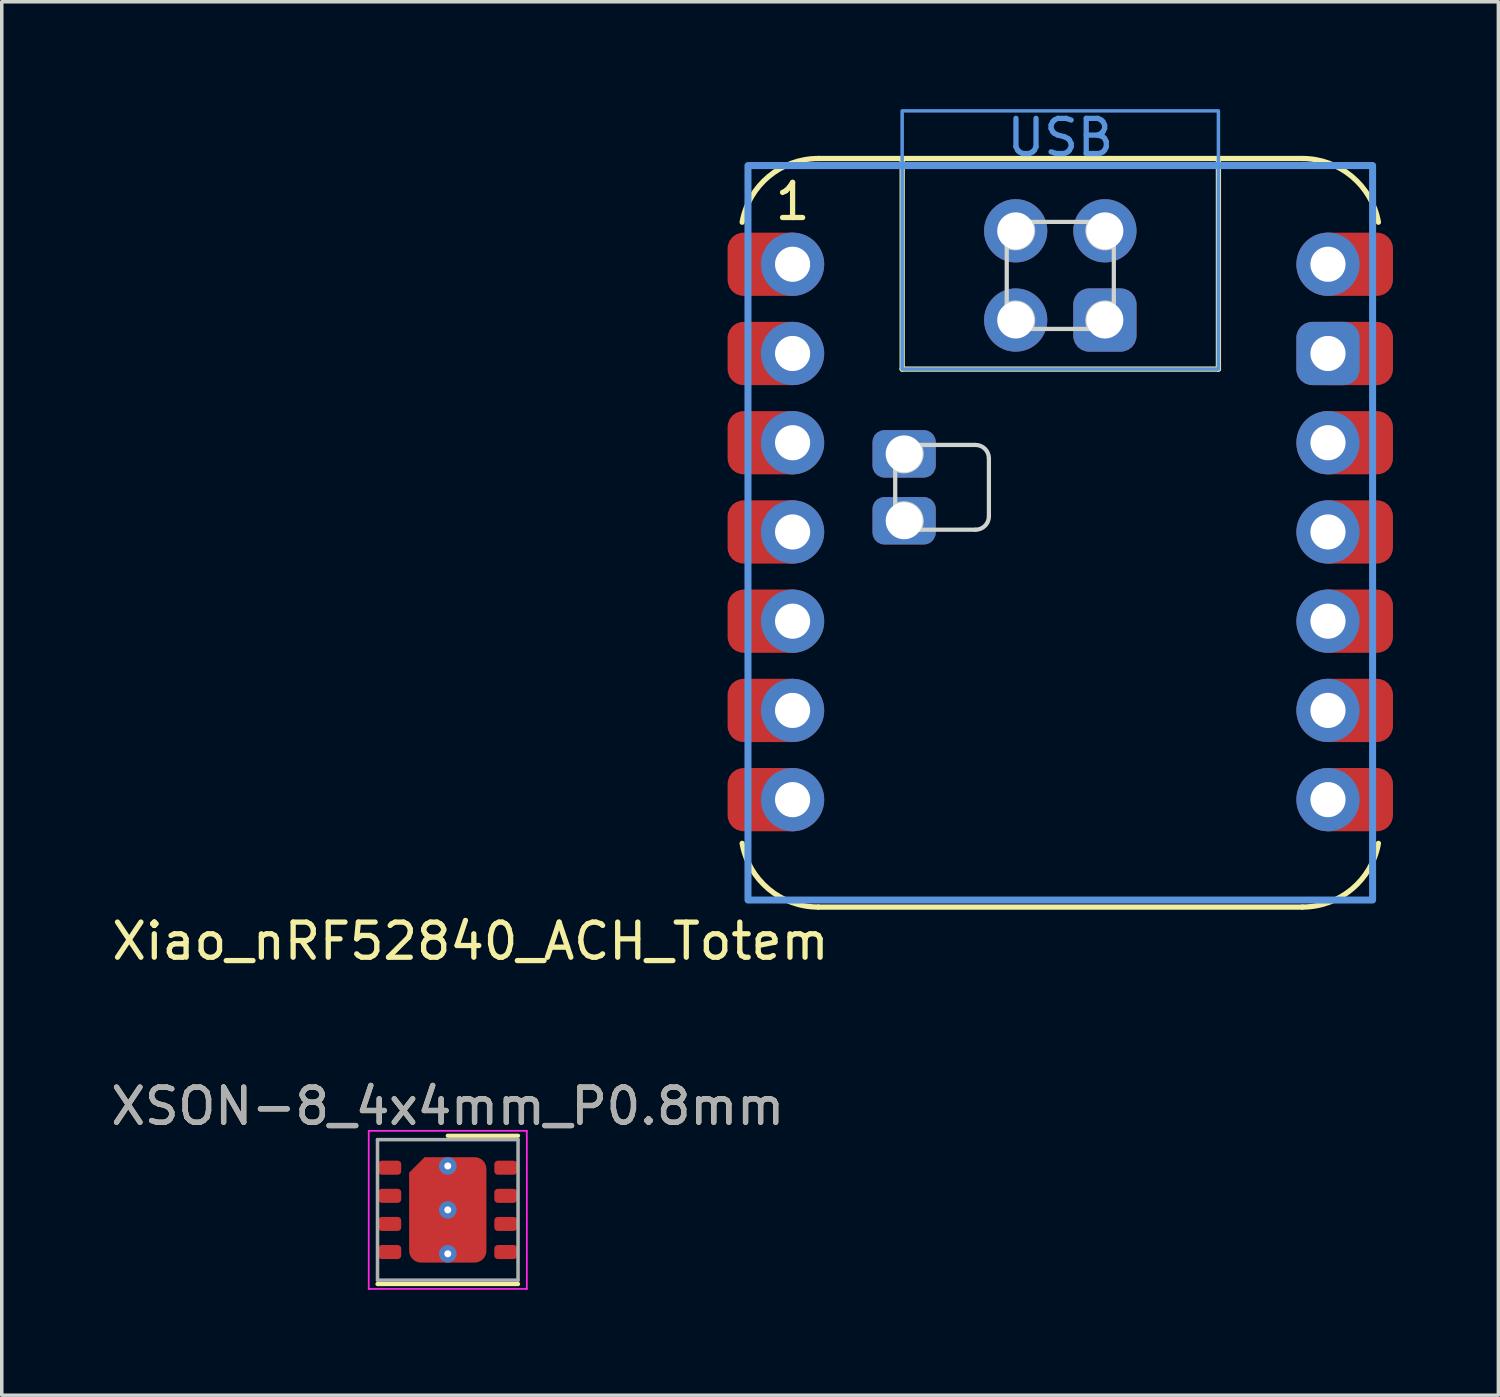
<source format=kicad_pcb>
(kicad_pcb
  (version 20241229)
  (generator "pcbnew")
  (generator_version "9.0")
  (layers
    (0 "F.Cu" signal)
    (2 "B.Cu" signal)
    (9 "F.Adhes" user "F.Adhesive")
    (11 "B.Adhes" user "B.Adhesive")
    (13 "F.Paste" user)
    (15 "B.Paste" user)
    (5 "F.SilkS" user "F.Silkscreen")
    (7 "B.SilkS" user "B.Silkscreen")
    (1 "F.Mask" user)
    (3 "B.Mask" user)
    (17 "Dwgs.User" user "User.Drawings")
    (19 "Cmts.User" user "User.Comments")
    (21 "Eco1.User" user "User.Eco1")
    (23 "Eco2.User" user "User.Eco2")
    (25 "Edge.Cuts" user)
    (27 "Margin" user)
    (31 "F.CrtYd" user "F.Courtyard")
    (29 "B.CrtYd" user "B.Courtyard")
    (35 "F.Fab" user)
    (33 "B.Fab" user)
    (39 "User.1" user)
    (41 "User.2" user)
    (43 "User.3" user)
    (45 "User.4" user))
  (footprint "XSON-8_4x4mm_P0.8mm"
    (layer "F.Cu")
    (at 9.696 31.389)
    (property "Reference" "XSON-8_4x4mm_P0.8mm" (at 0 -2.95 0) (layer "F.SilkS") (effects (font (size 1 1) (thickness 0.15))))
    (attr smd)
    (fp_line (start -2 2.11) (end 2 2.11) (stroke (width 0.12) (type solid)) (layer "F.SilkS"))
    (fp_line (start 0 -2.11) (end 2 -2.11) (stroke (width 0.12) (type solid)) (layer "F.SilkS"))
    (fp_line (start -2.25 -2.25) (end -2.25 2.25) (stroke (width 0.05) (type solid)) (layer "F.CrtYd"))
    (fp_line (start -2.25 2.25) (end 2.25 2.25) (stroke (width 0.05) (type solid)) (layer "F.CrtYd"))
    (fp_line (start 2.25 -2.25) (end -2.25 -2.25) (stroke (width 0.05) (type solid)) (layer "F.CrtYd"))
    (fp_line (start 2.25 2.25) (end 2.25 -2.25) (stroke (width 0.05) (type solid)) (layer "F.CrtYd"))
    (fp_line (start -2 -2) (end 2 -2) (stroke (width 0.1) (type solid)) (layer "F.Fab"))
    (fp_line (start -2 2) (end -2 -2) (stroke (width 0.1) (type solid)) (layer "F.Fab"))
    (fp_line (start 2 -2) (end 2 2) (stroke (width 0.1) (type solid)) (layer "F.Fab"))
    (fp_line (start 2 2) (end -2 2) (stroke (width 0.1) (type solid)) (layer "F.Fab"))
    (fp_text user "${REFERENCE}" (at 0 -2.95 0) (layer "F.Fab") (effects (font (size 1 1) (thickness 0.15))))
    (pad "" smd roundrect (at -0.55 -0.625) (size 0.887 1.008) (layers "F.Paste") (roundrect_rratio 0.25))
    (pad "" smd roundrect (at -0.55 0.625) (size 0.887 1.008) (layers "F.Paste") (roundrect_rratio 0.25))
    (pad "" smd roundrect (at 0.55 -0.625) (size 0.887 1.008) (layers "F.Paste") (roundrect_rratio 0.25))
    (pad "" smd roundrect (at 0.55 0.625) (size 0.887 1.008) (layers "F.Paste") (roundrect_rratio 0.25))
    (pad "1" smd roundrect (at -1.65 -1.2) (size 0.65 0.4) (layers "F.Cu" "F.Mask" "F.Paste") (roundrect_rratio 0.25))
    (pad "2" smd roundrect (at -1.65 -0.4) (size 0.65 0.4) (layers "F.Cu" "F.Mask" "F.Paste") (roundrect_rratio 0.25))
    (pad "3" smd roundrect (at -1.65 0.4) (size 0.65 0.4) (layers "F.Cu" "F.Mask" "F.Paste") (roundrect_rratio 0.25))
    (pad "4" smd roundrect (at -1.65 1.2) (size 0.65 0.4) (layers "F.Cu" "F.Mask" "F.Paste") (roundrect_rratio 0.25))
    (pad "5" smd roundrect (at 1.65 1.2) (size 0.65 0.4) (layers "F.Cu" "F.Mask" "F.Paste") (roundrect_rratio 0.25))
    (pad "6" smd roundrect (at 1.65 0.4) (size 0.65 0.4) (layers "F.Cu" "F.Mask" "F.Paste") (roundrect_rratio 0.25))
    (pad "7" smd roundrect (at 1.65 -0.4) (size 0.65 0.4) (layers "F.Cu" "F.Mask" "F.Paste") (roundrect_rratio 0.25))
    (pad "8" smd roundrect (at 1.65 -1.2) (size 0.65 0.4) (layers "F.Cu" "F.Mask" "F.Paste") (roundrect_rratio 0.25))
    (pad "9" thru_hole circle (at 0 -1.25) (size 0.5 0.5) (drill 0.2) (layers "*.Cu"))
    (pad "9" thru_hole circle (at 0 0) (size 0.5 0.5) (drill 0.2) (layers "*.Cu"))
    (pad "9" smd roundrect (at 0 0) (size 2.2 3) (layers "F.Cu" "F.Mask") (roundrect_rratio 0.15) (chamfer_ratio 0.2) (chamfer top_left))
    (pad "9" thru_hole circle (at 0 1.25) (size 0.5 0.5) (drill 0.2) (layers "*.Cu")))
  (footprint "Xiao_nRF52840_ACH_Totem"
    (layer "F.Cu")
    (at 27.131 12.092)
    (property "Reference" "Xiao_nRF52840_ACH_Totem" (at -6.5 11.65 0) (layer "F.SilkS") (effects (font (size 1 1) (thickness 0.15)) (justify right)))
    (attr through_hole exclude_from_pos_files exclude_from_bom)
    (fp_line (start -6.89 -10.63) (end 6.89 -10.63) (stroke (width 0.15) (type default)) (layer "F.SilkS"))
    (fp_line (start -4.501 -4.636) (end -4.501 -10.63) (stroke (width 0.15) (type default)) (layer "F.SilkS"))
    (fp_line (start 4.501 -4.636) (end -4.501 -4.636) (stroke (width 0.15) (type default)) (layer "F.SilkS"))
    (fp_line (start 4.501 -4.636) (end 4.501 -10.63) (stroke (width 0.15) (type default)) (layer "F.SilkS"))
    (fp_line (start 6.89 10.678) (end -6.89 10.678) (stroke (width 0.15) (type default)) (layer "F.SilkS"))
    (fp_arc (start -9.055742 -8.816738) (mid -8.302299 -10.116834) (end -6.890001 -10.63) (stroke (width 0.15) (type default)) (layer "F.SilkS"))
    (fp_arc (start -6.89 10.6775) (mid -8.302299 10.164335) (end -9.055742 8.864239) (stroke (width 0.15) (type default)) (layer "F.SilkS"))
    (fp_arc (start 6.889999 -10.63) (mid 8.302298 -10.116835) (end 9.05574 -8.816738) (stroke (width 0.15) (type default)) (layer "F.SilkS"))
    (fp_arc (start 9.05574 8.864238) (mid 8.302298 10.164335) (end 6.889999 10.6775) (stroke (width 0.15) (type default)) (layer "F.SilkS"))
    (fp_rect (start -8.89 -10.43) (end 8.89 10.477) (stroke (width 0.2) (type solid)) (fill no) (layer "Cmts.User"))
    (fp_rect (start -4.501 -11.986) (end 4.501 -4.636) (stroke (width 0.1) (type default)) (fill no) (layer "Cmts.User"))
    (fp_line (start -4.699 -0.749) (end -4.699 -1.791) (stroke (width 0.12) (type solid)) (layer "Edge.Cuts"))
    (fp_line (start -4.013 -2.477) (end -2.413 -2.477) (stroke (width 0.12) (type solid)) (layer "Edge.Cuts"))
    (fp_line (start -2.413 -0.064) (end -4.013 -0.064) (stroke (width 0.12) (type solid)) (layer "Edge.Cuts"))
    (fp_line (start -2.032 -2.095) (end -2.032 -0.445) (stroke (width 0.12) (type solid)) (layer "Edge.Cuts"))
    (fp_line (start -1.524 -6.464) (end -1.524 -8.141) (stroke (width 0.12) (type solid)) (layer "Edge.Cuts"))
    (fp_line (start -0.838 -8.826) (end 0.838 -8.826) (stroke (width 0.12) (type solid)) (layer "Edge.Cuts"))
    (fp_line (start -0.838 -5.779) (end 0.838 -5.779) (stroke (width 0.12) (type solid)) (layer "Edge.Cuts"))
    (fp_line (start 1.524 -6.464) (end 1.524 -8.141) (stroke (width 0.12) (type solid)) (layer "Edge.Cuts"))
    (fp_arc (start -4.699 -0.7493) (mid -4.095391 -0.667109) (end -4.0132 -0.0635) (stroke (width 0.12) (type solid)) (layer "Edge.Cuts"))
    (fp_arc (start -4.0132 -2.4765) (mid -4.095391 -1.872891) (end -4.699 -1.7907) (stroke (width 0.12) (type solid)) (layer "Edge.Cuts"))
    (fp_arc (start -2.413 -2.4765) (mid -2.143592 -2.364908) (end -2.032 -2.0955) (stroke (width 0.12) (type solid)) (layer "Edge.Cuts"))
    (fp_arc (start -2.032 -0.4445) (mid -2.143592 -0.175092) (end -2.413 -0.0635) (stroke (width 0.12) (type solid)) (layer "Edge.Cuts"))
    (fp_arc (start -1.524 -6.4643) (mid -0.920391 -6.382109) (end -0.8382 -5.7785) (stroke (width 0.12) (type solid)) (layer "Edge.Cuts"))
    (fp_arc (start -0.8382 -8.8265) (mid -0.920391 -8.222891) (end -1.524 -8.1407) (stroke (width 0.12) (type solid)) (layer "Edge.Cuts"))
    (fp_arc (start 0.8382 -5.7785) (mid 0.920393 -6.382112) (end 1.524 -6.4643) (stroke (width 0.12) (type solid)) (layer "Edge.Cuts"))
    (fp_arc (start 1.524 -8.1407) (mid 0.920396 -8.222896) (end 0.8382 -8.8265) (stroke (width 0.12) (type solid)) (layer "Edge.Cuts"))
    (fp_text user "1" (at -7.62 -8.82 0) (layer "F.SilkS") (effects (font (size 1 1) (thickness 0.15)) (justify bottom)))
    (fp_text user "USB" (at -0.000001 -10.643 0) (layer "Cmts.User") (effects (font (size 1 1) (thickness 0.15)) (justify bottom)))
    (pad "1" smd roundrect (at -8.32 -7.62) (size 2.3 1.8) (layers "F.Cu" "F.Mask") (roundrect_rratio 0.25))
    (pad "1" thru_hole circle (at -7.62 -7.62) (size 1.8 1.8) (drill 1) (layers "*.Cu" "*.Mask"))
    (pad "2" smd roundrect (at -8.32 -5.08) (size 2.3 1.8) (layers "F.Cu" "F.Mask") (roundrect_rratio 0.25))
    (pad "2" thru_hole circle (at -7.62 -5.08) (size 1.8 1.8) (drill 1) (layers "*.Cu" "*.Mask"))
    (pad "3" smd roundrect (at -8.32 -2.54) (size 2.3 1.8) (layers "F.Cu" "F.Mask") (roundrect_rratio 0.25))
    (pad "3" thru_hole circle (at -7.62 -2.54) (size 1.8 1.8) (drill 1) (layers "*.Cu" "*.Mask"))
    (pad "4" smd roundrect (at -8.32 0) (size 2.3 1.8) (layers "F.Cu" "F.Mask") (roundrect_rratio 0.25))
    (pad "4" thru_hole circle (at -7.62 0) (size 1.8 1.8) (drill 1) (layers "*.Cu" "*.Mask"))
    (pad "5" smd roundrect (at -8.32 2.54) (size 2.3 1.8) (layers "F.Cu" "F.Mask") (roundrect_rratio 0.25))
    (pad "5" thru_hole circle (at -7.62 2.54) (size 1.8 1.8) (drill 1) (layers "*.Cu" "*.Mask"))
    (pad "6" smd roundrect (at -8.32 5.08) (size 2.3 1.8) (layers "F.Cu" "F.Mask") (roundrect_rratio 0.25))
    (pad "6" thru_hole circle (at -7.62 5.08) (size 1.8 1.8) (drill 1) (layers "*.Cu" "*.Mask"))
    (pad "7" smd roundrect (at -8.32 7.62) (size 2.3 1.8) (layers "F.Cu" "F.Mask") (roundrect_rratio 0.25))
    (pad "7" thru_hole circle (at -7.62 7.62) (size 1.8 1.8) (drill 1) (layers "*.Cu" "*.Mask"))
    (pad "8" thru_hole circle (at 7.62 -7.62 180) (size 1.8 1.8) (drill 1) (layers "*.Cu" "*.Mask"))
    (pad "8" smd roundrect (at 8.32 -7.62 180) (size 2.3 1.8) (layers "F.Cu" "F.Mask") (roundrect_rratio 0.25))
    (pad "9" thru_hole roundrect (at 7.62 -5.08 180) (size 1.8 1.8) (drill 1) (layers "*.Cu" "*.Mask") (roundrect_rratio 0.25))
    (pad "9" smd roundrect (at 8.32 -5.08 180) (size 2.3 1.8) (layers "F.Cu" "F.Mask") (roundrect_rratio 0.25))
    (pad "10" thru_hole circle (at 7.62 -2.54 180) (size 1.8 1.8) (drill 1) (layers "*.Cu" "*.Mask"))
    (pad "10" smd roundrect (at 8.32 -2.54 180) (size 2.3 1.8) (layers "F.Cu" "F.Mask") (roundrect_rratio 0.25))
    (pad "11" thru_hole circle (at 7.62 0 180) (size 1.8 1.8) (drill 1) (layers "*.Cu" "*.Mask"))
    (pad "11" smd roundrect (at 8.32 0 180) (size 2.3 1.8) (layers "F.Cu" "F.Mask") (roundrect_rratio 0.25))
    (pad "12" thru_hole circle (at 7.62 2.54 180) (size 1.8 1.8) (drill 1) (layers "*.Cu" "*.Mask"))
    (pad "12" smd roundrect (at 8.32 2.54 180) (size 2.3 1.8) (layers "F.Cu" "F.Mask") (roundrect_rratio 0.25))
    (pad "13" thru_hole circle (at 7.62 5.08) (size 1.8 1.8) (drill 1) (layers "*.Cu" "*.Mask"))
    (pad "13" smd roundrect (at 8.32 5.08 180) (size 2.3 1.8) (layers "F.Cu" "F.Mask") (roundrect_rratio 0.25))
    (pad "14" thru_hole circle (at 7.62 7.62) (size 1.8 1.8) (drill 1) (layers "*.Cu" "*.Mask"))
    (pad "14" smd roundrect (at 8.32 7.62 180) (size 2.3 1.8) (layers "F.Cu" "F.Mask") (roundrect_rratio 0.25))
    (pad "15" thru_hole roundrect (at -4.445 -2.223) (size 1.8 1.35) (drill 1.05) (layers "*.Cu" "*.Mask") (roundrect_rratio 0.25))
    (pad "16" thru_hole roundrect (at -4.445 -0.318) (size 1.8 1.35) (drill 1.05) (layers "*.Cu" "*.Mask") (roundrect_rratio 0.25))
    (pad "19" thru_hole circle (at -1.27 -8.572 180) (size 1.8 1.8) (drill 1.05) (layers "*.Cu" "*.Mask"))
    (pad "20" thru_hole circle (at 1.27 -8.572 180) (size 1.8 1.8) (drill 1.05) (layers "*.Cu" "*.Mask"))
    (pad "21" thru_hole circle (at -1.27 -6.032 180) (size 1.8 1.8) (drill 1.05) (layers "*.Cu" "*.Mask"))
    (pad "22" thru_hole roundrect (at 1.27 -6.032 180) (size 1.8 1.8) (drill 1.05) (layers "*.Cu" "*.Mask") (roundrect_rratio 0.25)))
  (gr_rect
    (start -3 -3)
    (end 39.601 36.664)
    (stroke (width 0.1) (type default))
    (fill no)
    (layer "Edge.Cuts")))
</source>
